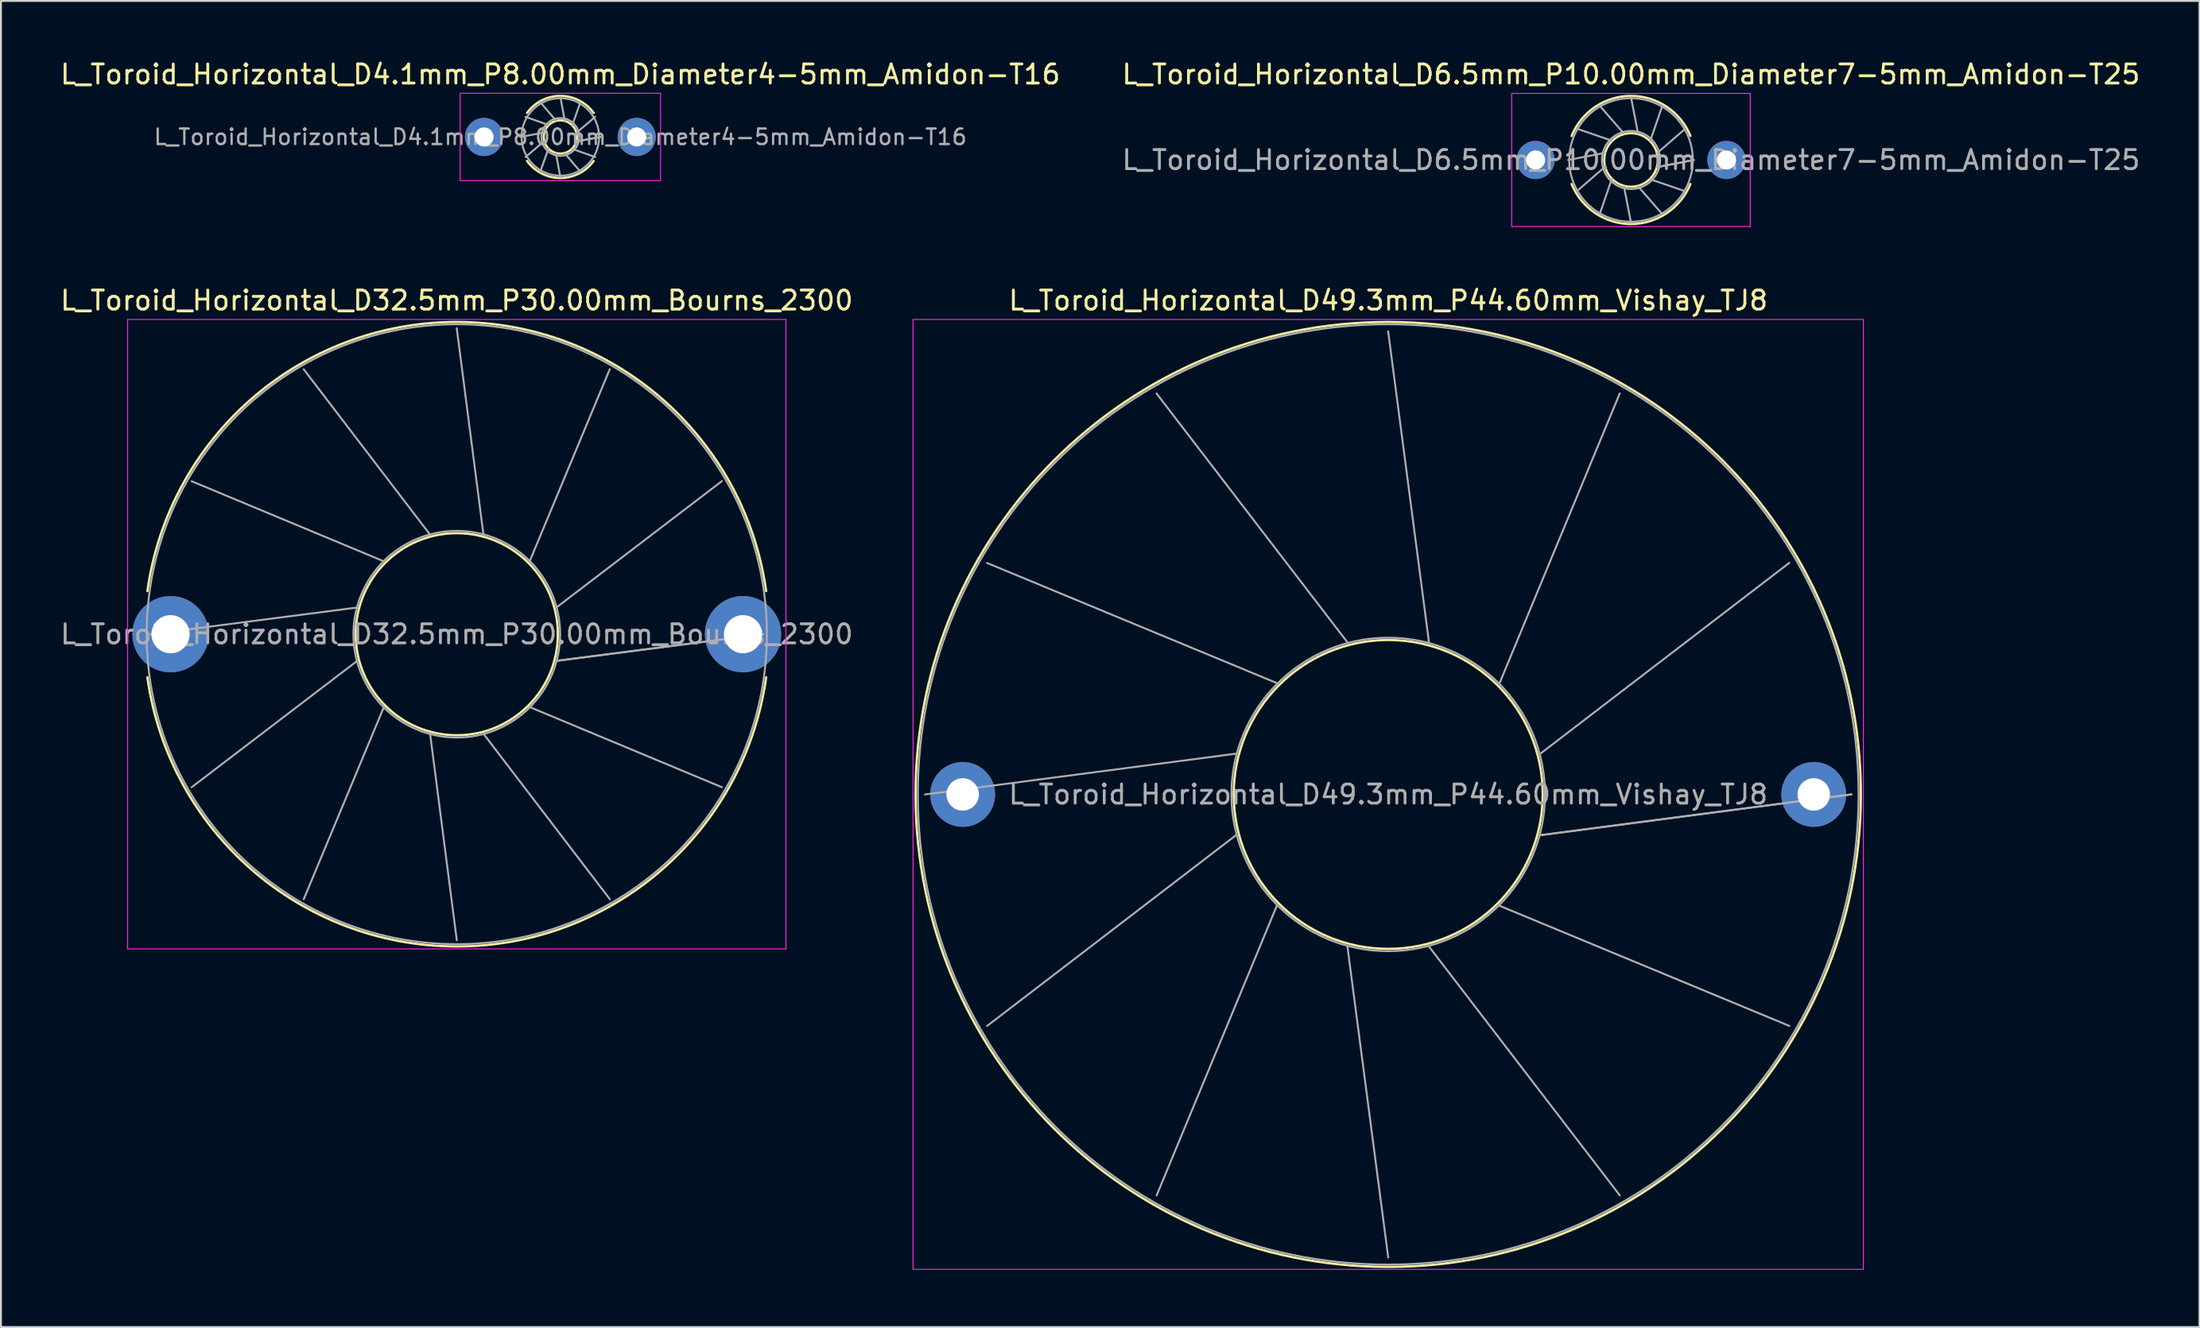
<source format=kicad_pcb>
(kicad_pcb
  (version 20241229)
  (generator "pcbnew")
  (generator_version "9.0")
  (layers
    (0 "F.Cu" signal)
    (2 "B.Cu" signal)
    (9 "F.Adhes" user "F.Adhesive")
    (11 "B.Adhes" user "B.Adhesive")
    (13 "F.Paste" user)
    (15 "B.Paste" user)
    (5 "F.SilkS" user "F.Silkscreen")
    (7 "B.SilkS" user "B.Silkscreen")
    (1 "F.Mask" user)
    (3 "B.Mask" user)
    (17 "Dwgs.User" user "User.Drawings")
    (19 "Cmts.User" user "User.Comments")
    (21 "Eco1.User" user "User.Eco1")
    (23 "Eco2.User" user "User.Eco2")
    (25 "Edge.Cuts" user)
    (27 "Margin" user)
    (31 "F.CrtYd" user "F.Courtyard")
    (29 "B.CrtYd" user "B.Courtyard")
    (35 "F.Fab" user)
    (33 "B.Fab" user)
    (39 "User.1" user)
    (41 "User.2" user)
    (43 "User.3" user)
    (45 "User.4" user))
  (footprint "L_Toroid_Horizontal_D4.1mm_P8.00mm_Diameter4-5mm_Amidon-T16"
    (layer "F.Cu")
    (at 22.315 4.13)
    (property "Reference" "L_Toroid_Horizontal_D4.1mm_P8.00mm_Diameter4-5mm_Amidon-T16" (at 4 -3.282 0) (layer "F.SilkS") (effects (font (size 1 1) (thickness 0.15))))
    (attr through_hole)
    (fp_arc (start 2.255436 -1.26) (mid 4 -2.152) (end 5.744564 -1.26) (stroke (width 0.12) (type solid)) (layer "F.SilkS"))
    (fp_arc (start 5.744564 1.26) (mid 4 2.152) (end 2.255436 1.26) (stroke (width 0.12) (type solid)) (layer "F.SilkS"))
    (fp_circle (center 4 0) (end 4.871 0) (stroke (width 0.12) (type solid)) (fill no) (layer "F.SilkS"))
    (fp_line (start -1.25 -2.29) (end -1.25 2.29) (stroke (width 0.05) (type solid)) (layer "F.CrtYd"))
    (fp_line (start -1.25 2.29) (end 9.25 2.29) (stroke (width 0.05) (type solid)) (layer "F.CrtYd"))
    (fp_line (start 9.25 -2.29) (end -1.25 -2.29) (stroke (width 0.05) (type solid)) (layer "F.CrtYd"))
    (fp_line (start 9.25 2.29) (end 9.25 -2.29) (stroke (width 0.05) (type solid)) (layer "F.CrtYd"))
    (fp_line (start 1.891 0.000195) (end 3.142 -0.23) (stroke (width 0.1) (type solid)) (layer "F.Fab"))
    (fp_line (start 2.173 -1.054) (end 3.372 -0.628) (stroke (width 0.1) (type solid)) (layer "F.Fab"))
    (fp_line (start 2.174 1.055) (end 3.142 0.23) (stroke (width 0.1) (type solid)) (layer "F.Fab"))
    (fp_line (start 2.945 -1.826) (end 3.77 -0.858) (stroke (width 0.1) (type solid)) (layer "F.Fab"))
    (fp_line (start 2.946 1.826) (end 3.372 0.628) (stroke (width 0.1) (type solid)) (layer "F.Fab"))
    (fp_line (start 4 -2.109) (end 4.23 -0.858) (stroke (width 0.1) (type solid)) (layer "F.Fab"))
    (fp_line (start 4 2.109) (end 3.77 0.858) (stroke (width 0.1) (type solid)) (layer "F.Fab"))
    (fp_line (start 5.054 -1.827) (end 4.628 -0.628) (stroke (width 0.1) (type solid)) (layer "F.Fab"))
    (fp_line (start 5.055 1.826) (end 4.23 0.858) (stroke (width 0.1) (type solid)) (layer "F.Fab"))
    (fp_line (start 5.826 -1.055) (end 4.858 -0.23) (stroke (width 0.1) (type solid)) (layer "F.Fab"))
    (fp_line (start 5.826 1.054) (end 4.628 0.628) (stroke (width 0.1) (type solid)) (layer "F.Fab"))
    (fp_line (start 6.109 -0.000391) (end 4.858 0.23) (stroke (width 0.1) (type solid)) (layer "F.Fab"))
    (fp_line (start 6.109 0) (end 4.858 0.23) (stroke (width 0.1) (type solid)) (layer "F.Fab"))
    (fp_circle (center 4 0) (end 4.991 0) (stroke (width 0.1) (type solid)) (fill no) (layer "F.Fab"))
    (fp_circle (center 4 0) (end 6.032 0) (stroke (width 0.1) (type solid)) (fill no) (layer "F.Fab"))
    (fp_text user "${REFERENCE}" (at 4 0 0) (layer "F.Fab") (effects (font (size 0.813 0.813) (thickness 0.122))))
    (pad "1" thru_hole circle (at 0 0) (size 2 2) (drill 1) (layers "*.Cu" "*.Mask"))
    (pad "2" thru_hole circle (at 8 0) (size 2 2) (drill 1) (layers "*.Cu" "*.Mask")))
  (footprint "L_Toroid_Horizontal_D49.3mm_P44.60mm_Vishay_TJ8"
    (layer "F.Cu")
    (at 47.399 38.6)
    (property "Reference" "L_Toroid_Horizontal_D49.3mm_P44.60mm_Vishay_TJ8" (at 22.3 -25.9 0) (layer "F.SilkS") (effects (font (size 1 1) (thickness 0.15))))
    (attr through_hole)
    (fp_circle (center 22.3 0) (end 30.397 0) (stroke (width 0.12) (type solid)) (fill no) (layer "F.SilkS"))
    (fp_circle (center 22.3 0) (end 47.07 0) (stroke (width 0.12) (type solid)) (fill no) (layer "F.SilkS"))
    (fp_line (start -2.6 -24.9) (end -2.6 24.9) (stroke (width 0.05) (type solid)) (layer "F.CrtYd"))
    (fp_line (start -2.6 24.9) (end 47.2 24.9) (stroke (width 0.05) (type solid)) (layer "F.CrtYd"))
    (fp_line (start 47.2 -24.9) (end -2.6 -24.9) (stroke (width 0.05) (type solid)) (layer "F.CrtYd"))
    (fp_line (start 47.2 24.9) (end 47.2 -24.9) (stroke (width 0.05) (type solid)) (layer "F.CrtYd"))
    (fp_line (start -1.975 0.002) (end 14.323 -2.137) (stroke (width 0.1) (type solid)) (layer "F.Fab"))
    (fp_line (start 1.276 -12.135) (end 16.46 -5.839) (stroke (width 0.1) (type solid)) (layer "F.Fab"))
    (fp_line (start 1.279 12.139) (end 14.323 2.138) (stroke (width 0.1) (type solid)) (layer "F.Fab"))
    (fp_line (start 10.16 -21.021) (end 20.161 -7.977) (stroke (width 0.1) (type solid)) (layer "F.Fab"))
    (fp_line (start 10.164 21.023) (end 16.461 5.84) (stroke (width 0.1) (type solid)) (layer "F.Fab"))
    (fp_line (start 22.297 -24.275) (end 24.436 -7.978) (stroke (width 0.1) (type solid)) (layer "F.Fab"))
    (fp_line (start 22.301 24.275) (end 20.163 7.977) (stroke (width 0.1) (type solid)) (layer "F.Fab"))
    (fp_line (start 34.434 -21.024) (end 28.139 -5.841) (stroke (width 0.1) (type solid)) (layer "F.Fab"))
    (fp_line (start 34.438 21.022) (end 24.438 7.977) (stroke (width 0.1) (type solid)) (layer "F.Fab"))
    (fp_line (start 43.32 -12.141) (end 30.277 -2.139) (stroke (width 0.1) (type solid)) (layer "F.Fab"))
    (fp_line (start 43.323 12.137) (end 28.14 5.84) (stroke (width 0.1) (type solid)) (layer "F.Fab"))
    (fp_line (start 46.575 -0.004) (end 30.278 2.136) (stroke (width 0.1) (type solid)) (layer "F.Fab"))
    (fp_line (start 46.575 0) (end 30.277 2.137) (stroke (width 0.1) (type solid)) (layer "F.Fab"))
    (fp_circle (center 22.3 0) (end 30.517 0) (stroke (width 0.1) (type solid)) (fill no) (layer "F.Fab"))
    (fp_circle (center 22.3 0) (end 46.95 0) (stroke (width 0.1) (type solid)) (fill no) (layer "F.Fab"))
    (fp_text user "${REFERENCE}" (at 22.3 0 0) (layer "F.Fab") (effects (font (size 1 1) (thickness 0.15))))
    (pad "1" thru_hole circle (at 0 0) (size 3.4 3.4) (drill 1.7) (layers "*.Cu" "*.Mask"))
    (pad "2" thru_hole circle (at 44.6 0) (size 3.4 3.4) (drill 1.7) (layers "*.Cu" "*.Mask")))
  (footprint "L_Toroid_Horizontal_D32.5mm_P30.00mm_Bourns_2300"
    (layer "F.Cu")
    (at 5.887 30.2)
    (property "Reference" "L_Toroid_Horizontal_D32.5mm_P30.00mm_Bourns_2300" (at 15 -17.5 0) (layer "F.SilkS") (effects (font (size 1 1) (thickness 0.15))))
    (attr through_hole)
    (fp_arc (start -1.213245 -2.26) (mid 15 -16.37) (end 31.213245 -2.26) (stroke (width 0.12) (type solid)) (layer "F.SilkS"))
    (fp_arc (start 31.213245 2.26) (mid 15 16.37) (end -1.213245 2.26) (stroke (width 0.12) (type solid)) (layer "F.SilkS"))
    (fp_circle (center 15 0) (end 20.297 0) (stroke (width 0.12) (type solid)) (fill no) (layer "F.SilkS"))
    (fp_line (start -2.25 -16.5) (end -2.25 16.5) (stroke (width 0.05) (type solid)) (layer "F.CrtYd"))
    (fp_line (start -2.25 16.5) (end 32.25 16.5) (stroke (width 0.05) (type solid)) (layer "F.CrtYd"))
    (fp_line (start 32.25 -16.5) (end -2.25 -16.5) (stroke (width 0.05) (type solid)) (layer "F.CrtYd"))
    (fp_line (start 32.25 16.5) (end 32.25 -16.5) (stroke (width 0.05) (type solid)) (layer "F.CrtYd"))
    (fp_line (start -1.043 0.001) (end 9.781 -1.398) (stroke (width 0.1) (type solid)) (layer "F.Fab"))
    (fp_line (start 1.106 -8.02) (end 11.179 -3.82) (stroke (width 0.1) (type solid)) (layer "F.Fab"))
    (fp_line (start 1.107 8.022) (end 9.782 1.399) (stroke (width 0.1) (type solid)) (layer "F.Fab"))
    (fp_line (start 6.977 -13.892) (end 13.601 -5.218) (stroke (width 0.1) (type solid)) (layer "F.Fab"))
    (fp_line (start 6.98 13.894) (end 11.18 3.82) (stroke (width 0.1) (type solid)) (layer "F.Fab"))
    (fp_line (start 14.998 -16.043) (end 16.398 -5.219) (stroke (width 0.1) (type solid)) (layer "F.Fab"))
    (fp_line (start 15.001 16.043) (end 13.602 5.219) (stroke (width 0.1) (type solid)) (layer "F.Fab"))
    (fp_line (start 23.019 -13.895) (end 18.82 -3.821) (stroke (width 0.1) (type solid)) (layer "F.Fab"))
    (fp_line (start 23.022 13.893) (end 16.398 5.218) (stroke (width 0.1) (type solid)) (layer "F.Fab"))
    (fp_line (start 28.892 -8.024) (end 20.218 -1.399) (stroke (width 0.1) (type solid)) (layer "F.Fab"))
    (fp_line (start 28.893 8.021) (end 18.82 3.82) (stroke (width 0.1) (type solid)) (layer "F.Fab"))
    (fp_line (start 31.043 -0.003) (end 20.219 1.397) (stroke (width 0.1) (type solid)) (layer "F.Fab"))
    (fp_line (start 31.043 0) (end 20.219 1.398) (stroke (width 0.1) (type solid)) (layer "F.Fab"))
    (fp_circle (center 15 0) (end 20.417 0) (stroke (width 0.1) (type solid)) (fill no) (layer "F.Fab"))
    (fp_circle (center 15 0) (end 31.25 0) (stroke (width 0.1) (type solid)) (fill no) (layer "F.Fab"))
    (fp_text user "${REFERENCE}" (at 15 0 0) (layer "F.Fab") (effects (font (size 1 1) (thickness 0.15))))
    (pad "1" thru_hole circle (at 0 0) (size 4 4) (drill 2) (layers "*.Cu" "*.Mask"))
    (pad "2" thru_hole circle (at 30 0) (size 4 4) (drill 2) (layers "*.Cu" "*.Mask")))
  (footprint "L_Toroid_Horizontal_D6.5mm_P10.00mm_Diameter7-5mm_Amidon-T25"
    (layer "F.Cu")
    (at 77.423 5.337)
    (property "Reference" "L_Toroid_Horizontal_D6.5mm_P10.00mm_Diameter7-5mm_Amidon-T25" (at 5 -4.489 0) (layer "F.SilkS") (effects (font (size 1 1) (thickness 0.15))))
    (attr through_hole)
    (fp_arc (start 1.886815 -1.26) (mid 5 -3.3585) (end 8.113185 -1.26) (stroke (width 0.12) (type solid)) (layer "F.SilkS"))
    (fp_arc (start 8.113185 1.26) (mid 5 3.3585) (end 1.886815 1.26) (stroke (width 0.12) (type solid)) (layer "F.SilkS"))
    (fp_circle (center 5 0) (end 6.404 0) (stroke (width 0.12) (type solid)) (fill no) (layer "F.SilkS"))
    (fp_line (start -1.25 -3.49) (end -1.25 3.49) (stroke (width 0.05) (type solid)) (layer "F.CrtYd"))
    (fp_line (start -1.25 3.49) (end 11.25 3.49) (stroke (width 0.05) (type solid)) (layer "F.CrtYd"))
    (fp_line (start 11.25 -3.49) (end -1.25 -3.49) (stroke (width 0.05) (type solid)) (layer "F.CrtYd"))
    (fp_line (start 11.25 3.49) (end 11.25 -3.49) (stroke (width 0.05) (type solid)) (layer "F.CrtYd"))
    (fp_line (start 1.709 0.000305) (end 3.617 -0.371) (stroke (width 0.1) (type solid)) (layer "F.Fab"))
    (fp_line (start 2.149 -1.645) (end 3.987 -1.013) (stroke (width 0.1) (type solid)) (layer "F.Fab"))
    (fp_line (start 2.15 1.646) (end 3.617 0.371) (stroke (width 0.1) (type solid)) (layer "F.Fab"))
    (fp_line (start 3.354 -2.85) (end 4.629 -1.383) (stroke (width 0.1) (type solid)) (layer "F.Fab"))
    (fp_line (start 3.355 2.85) (end 3.987 1.013) (stroke (width 0.1) (type solid)) (layer "F.Fab"))
    (fp_line (start 5 -3.291) (end 5.37 -1.383) (stroke (width 0.1) (type solid)) (layer "F.Fab"))
    (fp_line (start 5 3.291) (end 4.629 1.383) (stroke (width 0.1) (type solid)) (layer "F.Fab"))
    (fp_line (start 6.645 -2.851) (end 6.012 -1.013) (stroke (width 0.1) (type solid)) (layer "F.Fab"))
    (fp_line (start 6.646 2.85) (end 5.371 1.383) (stroke (width 0.1) (type solid)) (layer "F.Fab"))
    (fp_line (start 7.85 -1.646) (end 6.383 -0.371) (stroke (width 0.1) (type solid)) (layer "F.Fab"))
    (fp_line (start 7.85 1.646) (end 6.013 1.013) (stroke (width 0.1) (type solid)) (layer "F.Fab"))
    (fp_line (start 8.291 -0.001) (end 6.383 0.37) (stroke (width 0.1) (type solid)) (layer "F.Fab"))
    (fp_line (start 8.291 0) (end 6.383 0.371) (stroke (width 0.1) (type solid)) (layer "F.Fab"))
    (fp_circle (center 5 0) (end 6.524 0) (stroke (width 0.1) (type solid)) (fill no) (layer "F.Fab"))
    (fp_circle (center 5 0) (end 8.239 0) (stroke (width 0.1) (type solid)) (fill no) (layer "F.Fab"))
    (fp_text user "${REFERENCE}" (at 5 0 0) (layer "F.Fab") (effects (font (size 1 1) (thickness 0.15))))
    (pad "1" thru_hole circle (at 0 0) (size 2 2) (drill 1) (layers "*.Cu" "*.Mask"))
    (pad "2" thru_hole circle (at 10 0) (size 2 2) (drill 1) (layers "*.Cu" "*.Mask")))
  (gr_rect
    (start -3 -3)
    (end 112.214 66.525)
    (stroke (width 0.1) (type default))
    (fill no)
    (layer "Edge.Cuts")))
</source>
